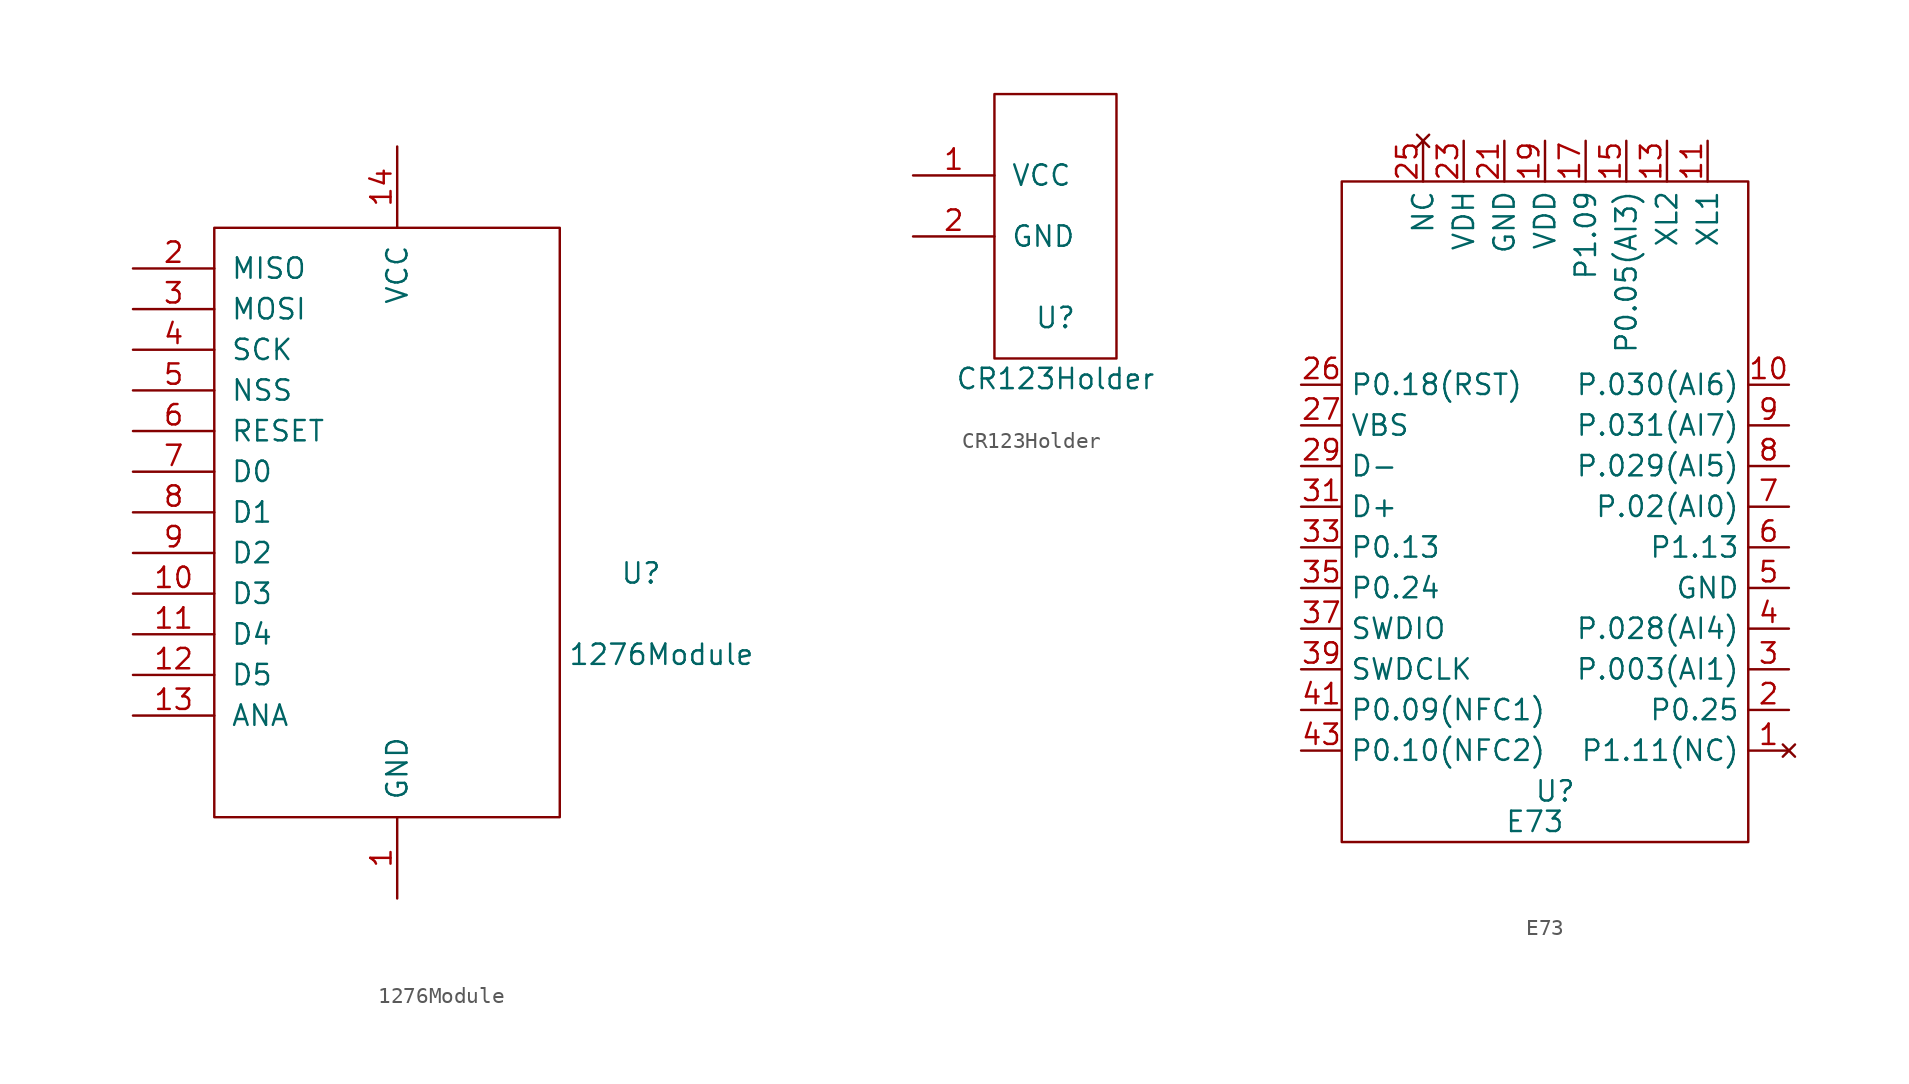
<source format=kicad_sym>
(kicad_symbol_lib
  (version 20211014)
  (generator kicad_symbol_editor)
  (symbol "1276Module"
    (pin_names
      (offset 1.016))
    (property "Reference" "U"
      (at 10.16 -1.27 0)
      (effects (font (size 1.27 1.27))))
    (property "Value" "1276Module"
      (at 11.43 -6.35 0)
      (effects (font (size 1.27 1.27))))
    (symbol "1276Module_0_1"
      (rectangle (start -16.51 20.32) (end 5.08 -16.51) (stroke (width 0) (type default) (color 0 0 0 0)) (fill (type none))))
    (symbol "1276Module_1_1"
      (pin bidirectional line (at -5.08 -21.59 90) (length 5.08) (name "GND" (effects (font (size 1.27 1.27)))) (number "1" (effects (font (size 1.27 1.27)))))
      (pin bidirectional line (at -21.59 -2.54 0) (length 5.08) (name "D3" (effects (font (size 1.27 1.27)))) (number "10" (effects (font (size 1.27 1.27)))))
      (pin bidirectional line (at -21.59 -5.08 0) (length 5.08) (name "D4" (effects (font (size 1.27 1.27)))) (number "11" (effects (font (size 1.27 1.27)))))
      (pin bidirectional line (at -21.59 -7.62 0) (length 5.08) (name "D5" (effects (font (size 1.27 1.27)))) (number "12" (effects (font (size 1.27 1.27)))))
      (pin bidirectional line (at -21.59 -10.16 0) (length 5.08) (name "ANA" (effects (font (size 1.27 1.27)))) (number "13" (effects (font (size 1.27 1.27)))))
      (pin bidirectional line (at -5.08 25.4 270) (length 5.08) (name "VCC" (effects (font (size 1.27 1.27)))) (number "14" (effects (font (size 1.27 1.27)))))
      (pin bidirectional line (at -21.59 17.78 0) (length 5.08) (name "MISO" (effects (font (size 1.27 1.27)))) (number "2" (effects (font (size 1.27 1.27)))))
      (pin bidirectional line (at -21.59 15.24 0) (length 5.08) (name "MOSI" (effects (font (size 1.27 1.27)))) (number "3" (effects (font (size 1.27 1.27)))))
      (pin bidirectional line (at -21.59 12.7 0) (length 5.08) (name "SCK" (effects (font (size 1.27 1.27)))) (number "4" (effects (font (size 1.27 1.27)))))
      (pin bidirectional line (at -21.59 10.16 0) (length 5.08) (name "NSS" (effects (font (size 1.27 1.27)))) (number "5" (effects (font (size 1.27 1.27)))))
      (pin bidirectional line (at -21.59 7.62 0) (length 5.08) (name "RESET" (effects (font (size 1.27 1.27)))) (number "6" (effects (font (size 1.27 1.27)))))
      (pin bidirectional line (at -21.59 5.08 0) (length 5.08) (name "D0" (effects (font (size 1.27 1.27)))) (number "7" (effects (font (size 1.27 1.27)))))
      (pin bidirectional line (at -21.59 2.54 0) (length 5.08) (name "D1" (effects (font (size 1.27 1.27)))) (number "8" (effects (font (size 1.27 1.27)))))
      (pin bidirectional line (at -21.59 0 0) (length 5.08) (name "D2" (effects (font (size 1.27 1.27)))) (number "9" (effects (font (size 1.27 1.27)))))))
  (symbol "CR123Holder"
    (power)
    (pin_names
      (offset 1.016))
    (property "Reference" "U"
      (at 3.81 -5.08 0)
      (effects (font (size 1.27 1.27))))
    (property "Value" "CR123Holder"
      (at 3.81 -8.89 0)
      (effects (font (size 1.27 1.27))))
    (symbol "CR123Holder_0_1"
      (rectangle (start 0 8.89) (end 7.62 -7.62) (stroke (width 0) (type default) (color 0 0 0 0)) (fill (type none))))
    (symbol "CR123Holder_1_1"
      (pin power_out line (at -5.08 3.81 0) (length 5.08) (name "VCC" (effects (font (size 1.27 1.27)))) (number "1" (effects (font (size 1.27 1.27)))))
      (pin power_out line (at -5.08 0 0) (length 5.08) (name "GND" (effects (font (size 1.27 1.27)))) (number "2" (effects (font (size 1.27 1.27)))))))
  (symbol "E73"
    (property "Reference" "U"
      (at 0.635 0 0)
      (effects (font (size 1.27 1.27))))
    (property "Value" "E73"
      (at -0.635 -1.905 0)
      (effects (font (size 1.27 1.27))))
    (symbol "E73_0_1"
      (rectangle (start -12.7 -3.175) (end 12.7 38.1) (stroke (width 0) (type default) (color 0 0 0 0)) (fill (type none))))
    (symbol "E73_1_1"
      (pin no_connect line (at 15.24 2.54 180) (length 2.54) (name "P1.11(NC)" (effects (font (size 1.27 1.27)))) (number "1" (effects (font (size 1.27 1.27)))))
      (pin bidirectional line (at 15.24 25.4 180) (length 2.54) (name "P.030(AI6)" (effects (font (size 1.27 1.27)))) (number "10" (effects (font (size 1.27 1.27)))))
      (pin input line (at 10.16 40.64 270) (length 2.54) (name "XL1" (effects (font (size 1.27 1.27)))) (number "11" (effects (font (size 1.27 1.27)))))
      (pin input line (at 7.62 40.64 270) (length 2.54) (name "XL2" (effects (font (size 1.27 1.27)))) (number "13" (effects (font (size 1.27 1.27)))))
      (pin input line (at 5.08 40.64 270) (length 2.54) (name "P0.05(AI3)" (effects (font (size 1.27 1.27)))) (number "15" (effects (font (size 1.27 1.27)))))
      (pin bidirectional line (at 2.54 40.64 270) (length 2.54) (name "P1.09" (effects (font (size 1.27 1.27)))) (number "17" (effects (font (size 1.27 1.27)))))
      (pin power_in line (at 0 40.64 270) (length 2.54) (name "VDD" (effects (font (size 1.27 1.27)))) (number "19" (effects (font (size 1.27 1.27)))))
      (pin bidirectional line (at 15.24 5.08 180) (length 2.54) (name "P0.25" (effects (font (size 1.27 1.27)))) (number "2" (effects (font (size 1.27 1.27)))))
      (pin power_in line (at -2.54 40.64 270) (length 2.54) (name "GND" (effects (font (size 1.27 1.27)))) (number "21" (effects (font (size 1.27 1.27)))))
      (pin power_in line (at -5.08 40.64 270) (length 2.54) (name "VDH" (effects (font (size 1.27 1.27)))) (number "23" (effects (font (size 1.27 1.27)))))
      (pin no_connect line (at -7.62 40.64 270) (length 2.54) (name "NC" (effects (font (size 1.27 1.27)))) (number "25" (effects (font (size 1.27 1.27)))))
      (pin input line (at -15.24 25.4 0) (length 2.54) (name "P0.18(RST)" (effects (font (size 1.27 1.27)))) (number "26" (effects (font (size 1.27 1.27)))))
      (pin power_in line (at -15.24 22.86 0) (length 2.54) (name "VBS" (effects (font (size 1.27 1.27)))) (number "27" (effects (font (size 1.27 1.27)))))
      (pin power_in line (at -15.24 20.32 0) (length 2.54) (name "D-" (effects (font (size 1.27 1.27)))) (number "29" (effects (font (size 1.27 1.27)))))
      (pin bidirectional line (at 15.24 7.62 180) (length 2.54) (name "P.003(AI1)" (effects (font (size 1.27 1.27)))) (number "3" (effects (font (size 1.27 1.27)))))
      (pin power_in line (at -15.24 17.78 0) (length 2.54) (name "D+" (effects (font (size 1.27 1.27)))) (number "31" (effects (font (size 1.27 1.27)))))
      (pin bidirectional line (at -15.24 15.24 0) (length 2.54) (name "P0.13" (effects (font (size 1.27 1.27)))) (number "33" (effects (font (size 1.27 1.27)))))
      (pin bidirectional line (at -15.24 12.7 0) (length 2.54) (name "P0.24" (effects (font (size 1.27 1.27)))) (number "35" (effects (font (size 1.27 1.27)))))
      (pin bidirectional line (at -15.24 10.16 0) (length 2.54) (name "SWDIO" (effects (font (size 1.27 1.27)))) (number "37" (effects (font (size 1.27 1.27)))))
      (pin bidirectional line (at -15.24 7.62 0) (length 2.54) (name "SWDCLK" (effects (font (size 1.27 1.27)))) (number "39" (effects (font (size 1.27 1.27)))))
      (pin bidirectional line (at 15.24 10.16 180) (length 2.54) (name "P.028(AI4)" (effects (font (size 1.27 1.27)))) (number "4" (effects (font (size 1.27 1.27)))))
      (pin bidirectional line (at -15.24 5.08 0) (length 2.54) (name "P0.09(NFC1)" (effects (font (size 1.27 1.27)))) (number "41" (effects (font (size 1.27 1.27)))))
      (pin bidirectional line (at -15.24 2.54 0) (length 2.54) (name "P0.10(NFC2)" (effects (font (size 1.27 1.27)))) (number "43" (effects (font (size 1.27 1.27)))))
      (pin power_in line (at 15.24 12.7 180) (length 2.54) (name "GND" (effects (font (size 1.27 1.27)))) (number "5" (effects (font (size 1.27 1.27)))))
      (pin bidirectional line (at 15.24 15.24 180) (length 2.54) (name "P1.13" (effects (font (size 1.27 1.27)))) (number "6" (effects (font (size 1.27 1.27)))))
      (pin bidirectional line (at 15.24 17.78 180) (length 2.54) (name "P.02(AI0)" (effects (font (size 1.27 1.27)))) (number "7" (effects (font (size 1.27 1.27)))))
      (pin bidirectional line (at 15.24 20.32 180) (length 2.54) (name "P.029(AI5)" (effects (font (size 1.27 1.27)))) (number "8" (effects (font (size 1.27 1.27)))))
      (pin bidirectional line (at 15.24 22.86 180) (length 2.54) (name "P.031(AI7)" (effects (font (size 1.27 1.27)))) (number "9" (effects (font (size 1.27 1.27))))))))
</source>
